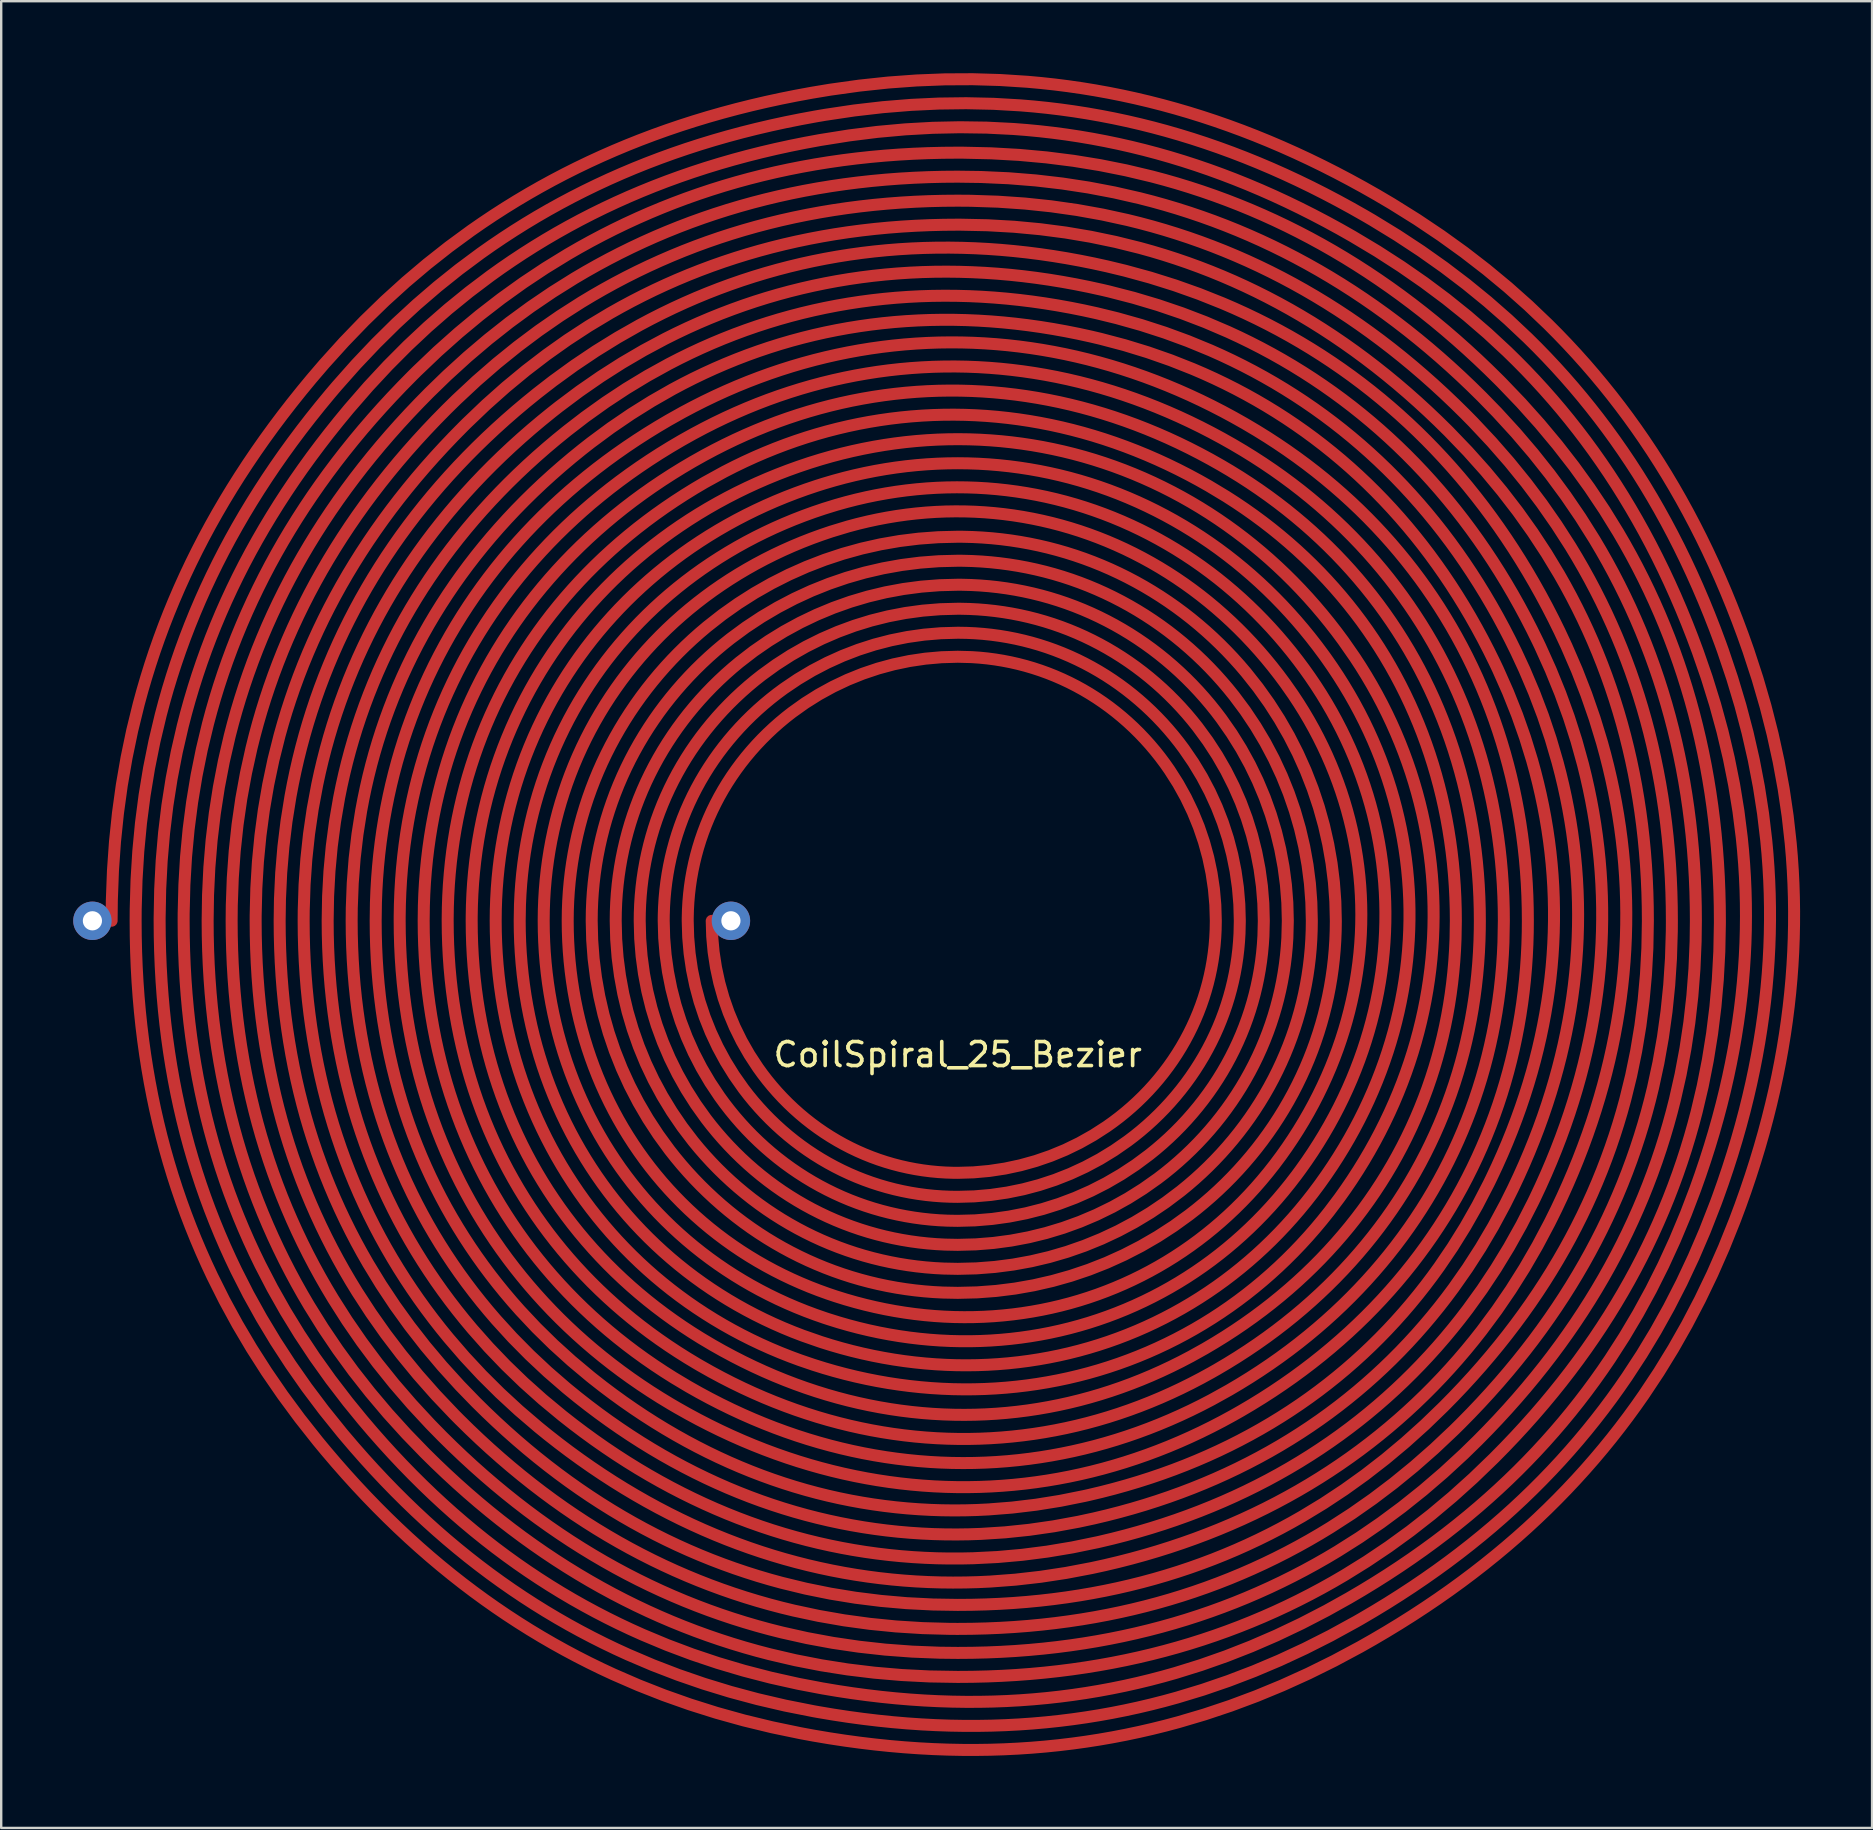
<source format=kicad_pcb>
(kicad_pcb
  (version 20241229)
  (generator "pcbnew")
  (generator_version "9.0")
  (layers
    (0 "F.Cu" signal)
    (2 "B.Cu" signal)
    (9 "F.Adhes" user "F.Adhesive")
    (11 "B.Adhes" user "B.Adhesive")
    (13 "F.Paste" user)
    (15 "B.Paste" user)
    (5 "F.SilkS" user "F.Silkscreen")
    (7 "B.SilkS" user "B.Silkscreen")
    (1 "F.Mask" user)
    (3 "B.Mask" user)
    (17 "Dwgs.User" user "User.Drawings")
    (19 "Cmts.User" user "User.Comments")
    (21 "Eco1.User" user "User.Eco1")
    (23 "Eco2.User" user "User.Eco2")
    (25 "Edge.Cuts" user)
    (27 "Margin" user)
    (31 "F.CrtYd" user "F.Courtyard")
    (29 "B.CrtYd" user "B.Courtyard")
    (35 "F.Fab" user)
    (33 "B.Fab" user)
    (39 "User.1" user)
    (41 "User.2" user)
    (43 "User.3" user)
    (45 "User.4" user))
  (footprint "CoilSpiral_25_Bezier"
    (layer "F.Cu")
    (at 36.85 35.31)
    (property "Reference" "CoilSpiral_25_Bezier" (at 0 5.575 0) (layer "F.SilkS") (effects (font (size 1 1) (thickness 0.15))))
    (attr through_hole)
    (pad "0" connect custom (at -22.25 0) (size 0.5 0.5) (layers "F.Cu" "F.Mask") (options (anchor circle)) (primitives (gr_curve (pts (xy 12 0) (xy 12 5.657) (xy 16.455 10.5) (xy 22.25 10.5)) (width 0.5)) (gr_curve (pts (xy 22.25 10.5) (xy 28.045 10.5) (xy 33 5.933) (xy 33 0)) (width 0.5)) (gr_curve (pts (xy 33 0) (xy 33 -5.933) (xy 28.321 -11) (xy 22.25 -11)) (width 0.5)) (gr_curve (pts (xy 22.25 -11) (xy 16.179 -11) (xy 11 -6.209) (xy 11 0)) (width 0.5)) (gr_curve (pts (xy 11 0) (xy 11 6.209) (xy 15.903 11.5) (xy 22.25 11.5)) (width 0.5)) (gr_curve (pts (xy 22.25 11.5) (xy 28.597 11.5) (xy 34 6.485) (xy 34 0)) (width 0.5)) (gr_curve (pts (xy 34 0) (xy 34 -6.485) (xy 28.873 -12) (xy 22.25 -12)) (width 0.5)) (gr_curve (pts (xy 22.25 -12) (xy 15.627 -12) (xy 10 -6.761) (xy 10 0)) (width 0.5)) (gr_curve (pts (xy 10 0) (xy 10 6.761) (xy 15.351 12.5) (xy 22.25 12.5)) (width 0.5)) (gr_curve (pts (xy 22.25 12.5) (xy 29.149 12.5) (xy 35 7.037) (xy 35 0)) (width 0.5)) (gr_curve (pts (xy 35 0) (xy 35 -7.037) (xy 29.425 -13) (xy 22.25 -13)) (width 0.5)) (gr_curve (pts (xy 22.25 -13) (xy 15.075 -13) (xy 9 -7.313) (xy 9 0)) (width 0.5)) (gr_curve (pts (xy 9 0) (xy 9 7.313) (xy 14.799 13.5) (xy 22.25 13.5)) (width 0.5)) (gr_curve (pts (xy 22.25 13.5) (xy 29.701 13.5) (xy 36 7.589) (xy 36 0)) (width 0.5)) (gr_curve (pts (xy 36 0) (xy 36 -7.589) (xy 29.977 -14) (xy 22.25 -14)) (width 0.5)) (gr_curve (pts (xy 22.25 -14) (xy 14.523 -14) (xy 8 -7.865) (xy 8 0)) (width 0.5)) (gr_curve (pts (xy 8 0) (xy 8 7.865) (xy 14.247 14.5) (xy 22.25 14.5)) (width 0.5)) (gr_curve (pts (xy 22.25 14.5) (xy 30.253 14.5) (xy 37 8.141) (xy 37 0)) (width 0.5)) (gr_curve (pts (xy 37 0) (xy 37 -8.141) (xy 30.529 -15) (xy 22.25 -15)) (width 0.5)) (gr_curve (pts (xy 22.25 -15) (xy 13.971 -15) (xy 7 -8.417) (xy 7 0)) (width 0.5)) (gr_curve (pts (xy 7 0) (xy 7 8.417) (xy 13.695 15.5) (xy 22.25 15.5)) (width 0.5)) (gr_curve (pts (xy 22.25 15.5) (xy 30.805 15.5) (xy 38 8.693) (xy 38 0)) (width 0.5)) (gr_curve (pts (xy 38 0) (xy 38 -8.693) (xy 31.081 -16) (xy 22.25 -16)) (width 0.5)) (gr_curve (pts (xy 22.25 -16) (xy 13.419 -16) (xy 6 -8.969) (xy 6 0)) (width 0.5)) (gr_curve (pts (xy 6 0) (xy 6 7.175) (xy 10.259 13.4) (xy 17.167 15.645)) (width 0.5)) (gr_curve (pts (xy 17.167 15.645) (xy 24.074 17.889) (xy 31.399 15.734) (xy 35.72 9.787)) (width 0.5)) (gr_curve (pts (xy 35.72 9.787) (xy 40.041 3.839) (xy 40.255 -3.885) (xy 35.882 -9.904)) (width 0.5)) (gr_curve (pts (xy 35.882 -9.904) (xy 31.509 -15.923) (xy 24.141 -18.542) (xy 16.981 -16.216)) (width 0.5)) (gr_curve (pts (xy 16.981 -16.216) (xy 9.822 -13.889) (xy 5 -7.616) (xy 5 0)) (width 0.5)) (gr_curve (pts (xy 5 0) (xy 5 7.616) (xy 9.53 14.215) (xy 16.858 16.596)) (width 0.5)) (gr_curve (pts (xy 16.858 16.596) (xy 24.185 18.977) (xy 31.949 16.679) (xy 36.529 10.374)) (width 0.5)) (gr_curve (pts (xy 36.529 10.374) (xy 41.11 4.07) (xy 41.323 -4.116) (xy 36.691 -10.492)) (width 0.5)) (gr_curve (pts (xy 36.691 -10.492) (xy 32.058 -16.868) (xy 24.252 -19.629) (xy 16.672 -17.167)) (width 0.5)) (gr_curve (pts (xy 16.672 -17.167) (xy 9.093 -14.704) (xy 4 -8.058) (xy 4 0)) (width 0.5)) (gr_curve (pts (xy 4 0) (xy 4 8.058) (xy 8.801 15.03) (xy 16.549 17.547)) (width 0.5)) (gr_curve (pts (xy 16.549 17.547) (xy 24.296 20.064) (xy 32.498 17.624) (xy 37.338 10.962)) (width 0.5)) (gr_curve (pts (xy 37.338 10.962) (xy 42.178 4.3) (xy 42.392 -4.346) (xy 37.5 -11.08)) (width 0.5)) (gr_curve (pts (xy 37.5 -11.08) (xy 32.608 -17.813) (xy 24.363 -20.717) (xy 16.363 -18.118)) (width 0.5)) (gr_curve (pts (xy 16.363 -18.118) (xy 8.364 -15.518) (xy 3 -8.499) (xy 3 0)) (width 0.5)) (gr_curve (pts (xy 3 0) (xy 3 8.499) (xy 8.072 15.844) (xy 16.24 18.498)) (width 0.5)) (gr_curve (pts (xy 16.24 18.498) (xy 24.407 21.152) (xy 33.047 18.569) (xy 38.147 11.55)) (width 0.5)) (gr_curve (pts (xy 38.147 11.55) (xy 43.247 4.531) (xy 43.461 -4.577) (xy 38.309 -11.668)) (width 0.5)) (gr_curve (pts (xy 38.309 -11.668) (xy 33.157 -18.758) (xy 24.474 -21.804) (xy 16.054 -19.069)) (width 0.5)) (gr_curve (pts (xy 16.054 -19.069) (xy 7.635 -16.333) (xy 2 -8.941) (xy 2 0)) (width 0.5)) (gr_curve (pts (xy 2 0) (xy 2 7.451) (xy 5.536 13.925) (xy 12.042 17.681)) (width 0.5)) (gr_curve (pts (xy 12.042 17.681) (xy 18.547 21.437) (xy 25.983 21.612) (xy 32.542 17.826)) (width 0.5)) (gr_curve (pts (xy 32.542 17.826) (xy 39.101 14.039) (xy 43 7.635) (xy 43 0)) (width 0.5)) (gr_curve (pts (xy 43 0) (xy 43 -7.635) (xy 39.373 -14.266) (xy 32.708 -18.114)) (width 0.5)) (gr_curve (pts (xy 32.708 -18.114) (xy 26.043 -21.962) (xy 18.427 -22.137) (xy 11.708 -18.259)) (width 0.5)) (gr_curve (pts (xy 11.708 -18.259) (xy 4.99 -14.38) (xy 1 -7.819) (xy 1 0)) (width 0.5)) (gr_curve (pts (xy 1 0) (xy 1 7.819) (xy 4.717 14.607) (xy 11.542 18.547)) (width 0.5)) (gr_curve (pts (xy 11.542 18.547) (xy 18.366 22.487) (xy 26.164 22.662) (xy 33.042 18.692)) (width 0.5)) (gr_curve (pts (xy 33.042 18.692) (xy 39.919 14.721) (xy 44 8.003) (xy 44 0)) (width 0.5)) (gr_curve (pts (xy 44 0) (xy 44 -8.003) (xy 40.192 -14.948) (xy 33.208 -18.98)) (width 0.5)) (gr_curve (pts (xy 33.208 -18.98) (xy 26.225 -23.012) (xy 18.245 -23.187) (xy 11.208 -19.125)) (width 0.5)) (gr_curve (pts (xy 11.208 -19.125) (xy 4.172 -15.062) (xy 0 -8.187) (xy 0 0)) (width 0.5)) (gr_curve (pts (xy 0 0) (xy 0 8.187) (xy 3.899 15.289) (xy 11.042 19.413)) (width 0.5)) (gr_curve (pts (xy 11.042 19.413) (xy 18.185 23.537) (xy 26.346 23.712) (xy 33.542 19.558)) (width 0.5)) (gr_curve (pts (xy 33.542 19.558) (xy 40.738 15.403) (xy 45 8.371) (xy 45 0)) (width 0.5)) (gr_curve (pts (xy 45 0) (xy 45 -8.371) (xy 41.011 -15.63) (xy 33.708 -19.846)) (width 0.5)) (gr_curve (pts (xy 33.708 -19.846) (xy 26.406 -24.062) (xy 18.064 -24.237) (xy 10.708 -19.991)) (width 0.5)) (gr_curve (pts (xy 10.708 -19.991) (xy 3.353 -15.744) (xy -1 -8.555) (xy -1 0)) (width 0.5)) (gr_curve (pts (xy -1 0) (xy -1 8.555) (xy 3.08 15.971) (xy 10.542 20.279)) (width 0.5)) (gr_curve (pts (xy 10.542 20.279) (xy 18.003 24.587) (xy 26.527 24.762) (xy 34.042 20.424)) (width 0.5)) (gr_curve (pts (xy 34.042 20.424) (xy 41.556 16.085) (xy 46 8.739) (xy 46 0)) (width 0.5)) (gr_curve (pts (xy 46 0) (xy 46 -8.739) (xy 41.829 -16.312) (xy 34.208 -20.712)) (width 0.5)) (gr_curve (pts (xy 34.208 -20.712) (xy 26.587 -25.112) (xy 17.882 -25.287) (xy 10.208 -20.857)) (width 0.5)) (gr_curve (pts (xy 10.208 -20.857) (xy 2.534 -16.426) (xy -2 -8.923) (xy -2 0)) (width 0.5)) (gr_curve (pts (xy -2 0) (xy -2 7.648) (xy 1.027 14.275) (xy 7.041 19.071)) (width 0.5)) (gr_curve (pts (xy 7.041 19.071) (xy 13.056 23.868) (xy 20.166 25.642) (xy 27.71 23.921)) (width 0.5)) (gr_curve (pts (xy 27.71 23.921) (xy 35.254 22.199) (xy 41.108 17.72) (xy 44.485 10.708)) (width 0.5)) (gr_curve (pts (xy 44.485 10.708) (xy 47.862 3.695) (xy 48.01 -3.717) (xy 44.613 -10.77)) (width 0.5)) (gr_curve (pts (xy 44.613 -10.77) (xy 41.217 -17.823) (xy 35.481 -22.586) (xy 27.805 -24.338)) (width 0.5)) (gr_curve (pts (xy 27.805 -24.338) (xy 20.129 -26.09) (xy 12.787 -24.567) (xy 6.596 -19.63)) (width 0.5)) (gr_curve (pts (xy 6.596 -19.63) (xy 0.405 -14.693) (xy -3 -7.963) (xy -3 0)) (width 0.5)) (gr_curve (pts (xy -3 0) (xy -3 7.963) (xy 0.157 14.86) (xy 6.418 19.853)) (width 0.5)) (gr_curve (pts (xy 6.418 19.853) (xy 12.679 24.846) (xy 20.081 26.688) (xy 27.932 24.895)) (width 0.5)) (gr_curve (pts (xy 27.932 24.895) (xy 35.784 23.103) (xy 41.872 18.438) (xy 45.386 11.142)) (width 0.5)) (gr_curve (pts (xy 45.386 11.142) (xy 48.899 3.845) (xy 49.048 -3.866) (xy 45.514 -11.203)) (width 0.5)) (gr_curve (pts (xy 45.514 -11.203) (xy 41.981 -18.541) (xy 36.011 -23.491) (xy 28.028 -25.313)) (width 0.5)) (gr_curve (pts (xy 28.028 -25.313) (xy 20.044 -27.135) (xy 12.41 -25.545) (xy 5.972 -20.411)) (width 0.5)) (gr_curve (pts (xy 5.972 -20.411) (xy -0.465 -15.278) (xy -4 -8.279) (xy -4 0)) (width 0.5)) (gr_curve (pts (xy -4 0) (xy -4 8.279) (xy -0.713 15.445) (xy 5.794 20.635)) (width 0.5)) (gr_curve (pts (xy 5.794 20.635) (xy 12.302 25.825) (xy 19.996 27.733) (xy 28.155 25.87)) (width 0.5)) (gr_curve (pts (xy 28.155 25.87) (xy 36.314 24.008) (xy 42.636 19.156) (xy 46.287 11.575)) (width 0.5)) (gr_curve (pts (xy 46.287 11.575) (xy 49.937 3.995) (xy 50.085 -4.016) (xy 46.415 -11.637)) (width 0.5)) (gr_curve (pts (xy 46.415 -11.637) (xy 42.745 -19.259) (xy 36.541 -24.396) (xy 28.25 -26.288)) (width 0.5)) (gr_curve (pts (xy 28.25 -26.288) (xy 19.959 -28.181) (xy 12.033 -26.523) (xy 5.349 -21.193)) (width 0.5)) (gr_curve (pts (xy 5.349 -21.193) (xy -1.335 -15.863) (xy -5 -8.594) (xy -5 0)) (width 0.5)) (gr_curve (pts (xy -5 0) (xy -5 8.594) (xy -1.584 16.03) (xy 5.171 21.417)) (width 0.5)) (gr_curve (pts (xy 5.171 21.417) (xy 11.925 26.803) (xy 19.911 28.778) (xy 28.377 26.845)) (width 0.5)) (gr_curve (pts (xy 28.377 26.845) (xy 36.844 24.913) (xy 43.4 19.874) (xy 47.188 12.009)) (width 0.5)) (gr_curve (pts (xy 47.188 12.009) (xy 50.975 4.144) (xy 51.123 -4.166) (xy 47.316 -12.071)) (width 0.5)) (gr_curve (pts (xy 47.316 -12.071) (xy 43.509 -19.977) (xy 37.071 -25.301) (xy 28.473 -27.263)) (width 0.5)) (gr_curve (pts (xy 28.473 -27.263) (xy 19.874 -29.226) (xy 11.656 -27.502) (xy 4.725 -21.975)) (width 0.5)) (gr_curve (pts (xy 4.725 -21.975) (xy -2.205 -16.448) (xy -6 -8.909) (xy -6 0)) (width 0.5)) (gr_curve (pts (xy -6 0) (xy -6 7.796) (xy -3.351 14.527) (xy 2.186 20.064)) (width 0.5)) (gr_curve (pts (xy 2.186 20.064) (xy 7.723 25.601) (xy 14.385 28.5) (xy 22.25 28.5)) (width 0.5)) (gr_curve (pts (xy 22.25 28.5) (xy 30.115 28.5) (xy 36.905 25.827) (xy 42.491 20.241)) (width 0.5)) (gr_curve (pts (xy 42.491 20.241) (xy 48.077 14.655) (xy 51 7.934) (xy 51 0)) (width 0.5)) (gr_curve (pts (xy 51 0) (xy 51 -7.934) (xy 48.302 -14.783) (xy 42.668 -20.418)) (width 0.5)) (gr_curve (pts (xy 42.668 -20.418) (xy 37.033 -26.052) (xy 30.253 -29) (xy 22.25 -29)) (width 0.5)) (gr_curve (pts (xy 22.25 -29) (xy 14.247 -29) (xy 7.339 -26.278) (xy 1.656 -20.594)) (width 0.5)) (gr_curve (pts (xy 1.656 -20.594) (xy -4.028 -14.911) (xy -7 -8.072) (xy -7 0)) (width 0.5)) (gr_curve (pts (xy -7 0) (xy -7 8.072) (xy -4.253 15.039) (xy 1.479 20.771)) (width 0.5)) (gr_curve (pts (xy 1.479 20.771) (xy 7.211 26.503) (xy 14.109 29.5) (xy 22.25 29.5)) (width 0.5)) (gr_curve (pts (xy 22.25 29.5) (xy 30.391 29.5) (xy 37.417 26.729) (xy 43.198 20.948)) (width 0.5)) (gr_curve (pts (xy 43.198 20.948) (xy 48.979 15.167) (xy 52 8.21) (xy 52 0)) (width 0.5)) (gr_curve (pts (xy 52 0) (xy 52 -8.21) (xy 49.204 -15.295) (xy 43.375 -21.125)) (width 0.5)) (gr_curve (pts (xy 43.375 -21.125) (xy 37.545 -26.954) (xy 30.529 -30) (xy 22.25 -30)) (width 0.5)) (gr_curve (pts (xy 22.25 -30) (xy 13.971 -30) (xy 6.827 -27.18) (xy 0.948 -21.302)) (width 0.5)) (gr_curve (pts (xy 0.948 -21.302) (xy -4.93 -15.423) (xy -8 -8.348) (xy -8 0)) (width 0.5)) (gr_curve (pts (xy -8 0) (xy -8 8.348) (xy -5.155 15.551) (xy 0.772 21.478)) (width 0.5)) (gr_curve (pts (xy 0.772 21.478) (xy 6.699 27.405) (xy 13.833 30.5) (xy 22.25 30.5)) (width 0.5)) (gr_curve (pts (xy 22.25 30.5) (xy 30.667 30.5) (xy 37.929 27.631) (xy 43.905 21.655)) (width 0.5)) (gr_curve (pts (xy 43.905 21.655) (xy 49.881 15.679) (xy 53 8.486) (xy 53 0)) (width 0.5)) (gr_curve (pts (xy 53 0) (xy 53 -8.486) (xy 50.107 -15.807) (xy 44.082 -21.832)) (width 0.5)) (gr_curve (pts (xy 44.082 -21.832) (xy 38.057 -27.857) (xy 30.805 -31) (xy 22.25 -31)) (width 0.5)) (gr_curve (pts (xy 22.25 -31) (xy 13.695 -31) (xy 6.315 -28.082) (xy 0.241 -22.009)) (width 0.5)) (gr_curve (pts (xy 0.241 -22.009) (xy -5.832 -15.935) (xy -9 -8.624) (xy -9 0)) (width 0.5)) (gr_curve (pts (xy -9 0) (xy -9 8.624) (xy -6.058 16.063) (xy 0.065 22.185)) (width 0.5)) (gr_curve (pts (xy 0.065 22.185) (xy 6.187 28.308) (xy 13.557 31.5) (xy 22.25 31.5)) (width 0.5)) (gr_curve (pts (xy 22.25 31.5) (xy 30.943 31.5) (xy 38.441 28.533) (xy 44.612 22.362)) (width 0.5)) (gr_curve (pts (xy 44.612 22.362) (xy 50.783 16.191) (xy 54 8.762) (xy 54 0)) (width 0.5)) (gr_curve (pts (xy 54 0) (xy 54 -8.762) (xy 51.009 -16.319) (xy 44.789 -22.539)) (width 0.5)) (gr_curve (pts (xy 44.789 -22.539) (xy 38.569 -28.759) (xy 31.081 -32) (xy 22.25 -32)) (width 0.5)) (gr_curve (pts (xy 22.25 -32) (xy 13.419 -32) (xy 5.803 -28.984) (xy -0.466 -22.716)) (width 0.5)) (gr_curve (pts (xy -0.466 -22.716) (xy -6.734 -16.447) (xy -10 -8.9) (xy -10 0)) (width 0.5)) (gr_curve (pts (xy -10 0) (xy -10 7.911) (xy -7.643 14.72) (xy -2.54 20.801)) (width 0.5)) (gr_curve (pts (xy -2.54 20.801) (xy 2.562 26.882) (xy 8.767 30.596) (xy 16.611 31.979)) (width 0.5)) (gr_curve (pts (xy 16.611 31.979) (xy 24.456 33.362) (xy 31.62 32.214) (xy 38.542 28.218)) (width 0.5)) (gr_curve (pts (xy 38.542 28.218) (xy 45.463 24.222) (xy 50.23 18.718) (xy 52.973 11.182)) (width 0.5)) (gr_curve (pts (xy 52.973 11.182) (xy 55.716 3.646) (xy 55.829 -3.658) (xy 53.077 -11.22)) (width 0.5)) (gr_curve (pts (xy 53.077 -11.22) (xy 50.325 -18.782) (xy 45.701 -24.47) (xy 38.708 -28.507)) (width 0.5)) (gr_curve (pts (xy 38.708 -28.507) (xy 31.716 -32.544) (xy 24.493 -33.933) (xy 16.515 -32.526)) (width 0.5)) (gr_curve (pts (xy 16.515 -32.526) (xy 8.536 -31.119) (xy 2.089 -27.528) (xy -3.136 -21.301)) (width 0.5)) (gr_curve (pts (xy -3.136 -21.301) (xy -8.361 -15.074) (xy -11 -8.156) (xy -11 0)) (width 0.5)) (gr_curve (pts (xy -11 0) (xy -11 8.156) (xy -8.566 15.175) (xy -3.306 21.444)) (width 0.5)) (gr_curve (pts (xy -3.306 21.444) (xy 1.954 27.713) (xy 8.352 31.538) (xy 16.438 32.964)) (width 0.5)) (gr_curve (pts (xy 16.438 32.964) (xy 24.523 34.389) (xy 31.907 33.203) (xy 39.042 29.084)) (width 0.5)) (gr_curve (pts (xy 39.042 29.084) (xy 46.176 24.965) (xy 51.086 19.291) (xy 53.912 11.524)) (width 0.5)) (gr_curve (pts (xy 53.912 11.524) (xy 56.739 3.758) (xy 56.853 -3.77) (xy 54.017 -11.562)) (width 0.5)) (gr_curve (pts (xy 54.017 -11.562) (xy 51.181 -19.354) (xy 46.413 -25.213) (xy 39.208 -29.373)) (width 0.5)) (gr_curve (pts (xy 39.208 -29.373) (xy 32.003 -33.532) (xy 24.561 -34.96) (xy 16.341 -33.511)) (width 0.5)) (gr_curve (pts (xy 16.341 -33.511) (xy 8.121 -32.061) (xy 1.481 -28.359) (xy -3.902 -21.944)) (width 0.5)) (gr_curve (pts (xy -3.902 -21.944) (xy -9.285 -15.529) (xy -12 -8.401) (xy -12 0)) (width 0.5)) (gr_curve (pts (xy -12 0) (xy -12 8.401) (xy -9.49 15.63) (xy -4.072 22.087)) (width 0.5)) (gr_curve (pts (xy -4.072 22.087) (xy 1.346 28.544) (xy 7.937 32.48) (xy 16.264 33.949)) (width 0.5)) (gr_curve (pts (xy 16.264 33.949) (xy 24.591 35.417) (xy 32.195 34.192) (xy 39.542 29.95)) (width 0.5)) (gr_curve (pts (xy 39.542 29.95) (xy 46.888 25.708) (xy 51.941 19.863) (xy 54.852 11.866)) (width 0.5)) (gr_curve (pts (xy 54.852 11.866) (xy 57.763 3.869) (xy 57.877 -3.881) (xy 54.957 -11.904)) (width 0.5)) (gr_curve (pts (xy 54.957 -11.904) (xy 52.036 -19.927) (xy 47.126 -25.956) (xy 39.708 -30.239)) (width 0.5)) (gr_curve (pts (xy 39.708 -30.239) (xy 32.291 -34.521) (xy 24.629 -35.988) (xy 16.167 -34.496)) (width 0.5)) (gr_curve (pts (xy 16.167 -34.496) (xy 7.706 -33.004) (xy 0.873 -29.19) (xy -4.668 -22.587)) (width 0.5)) (gr_curve (pts (xy -4.668 -22.587) (xy -10.208 -15.984) (xy -13 -8.647) (xy -13 0)) (width 0.5))))
    (pad "1" thru_hole circle (at -36.05 0) (size 1.6 1.6) (drill 0.8) (layers "*.Cu" "*.Mask"))
    (pad "2" thru_hole circle (at -9.45 0) (size 1.6 1.6) (drill 0.8) (layers "*.Cu" "*.Mask")))
  (gr_rect
    (start -3 -3)
    (end 74.941 73.102)
    (stroke (width 0.1) (type default))
    (fill no)
    (layer "Edge.Cuts")))
</source>
